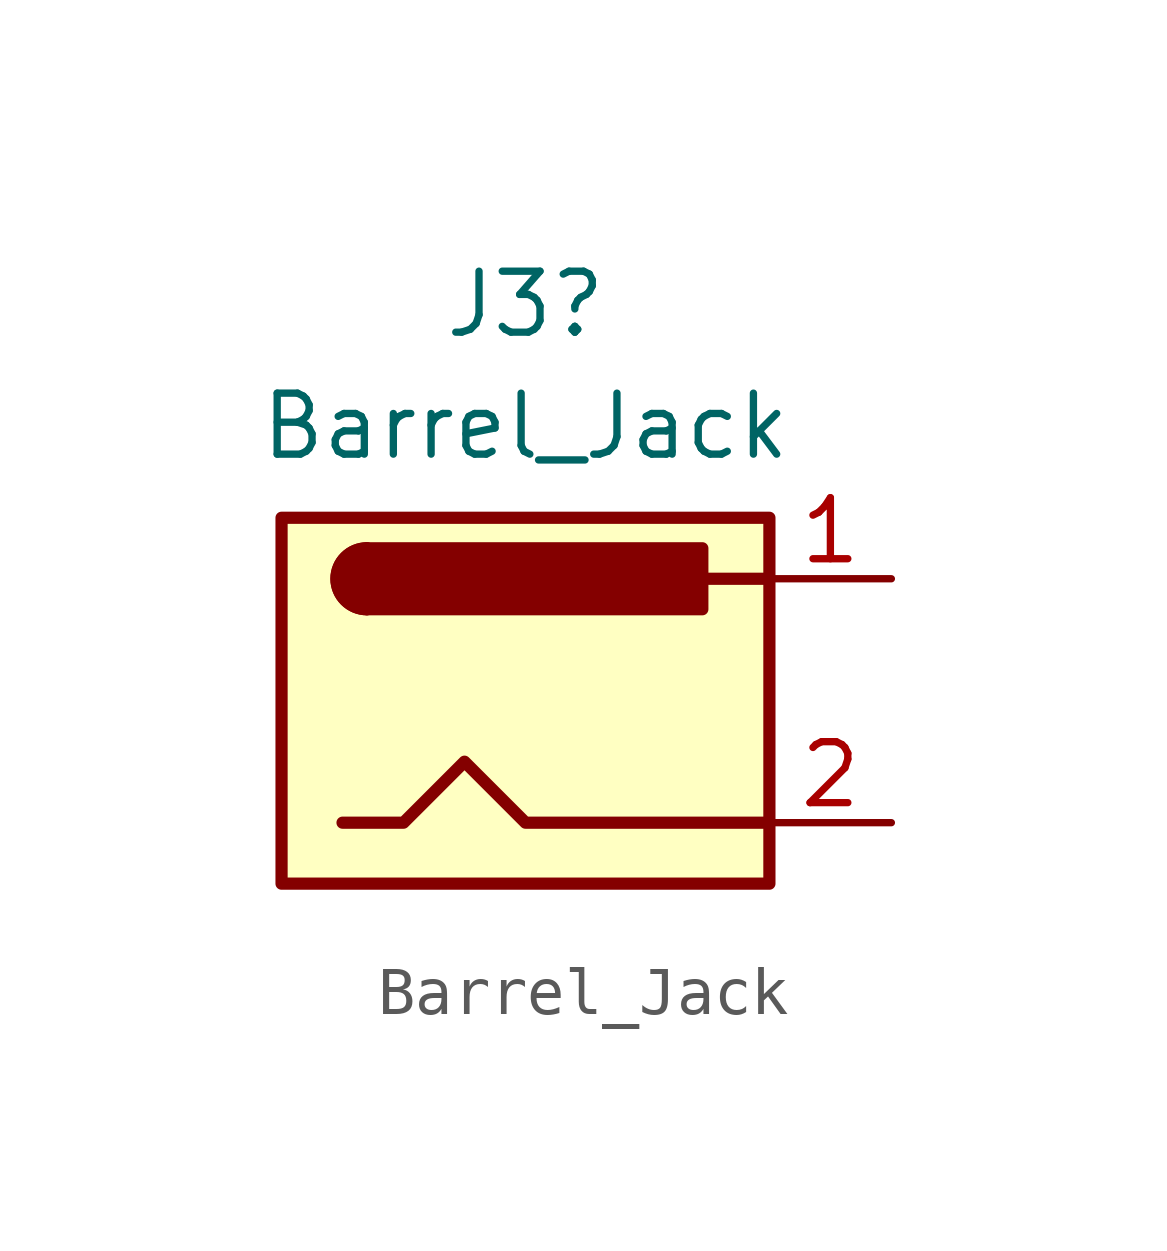
<source format=kicad_sym>
(kicad_symbol_lib
  (version 20220914)
  (generator kicad_symbol_editor)
  (symbol "Barrel_Jack"
    (pin_names
      (offset 1.016))
    (property "Reference" "J3"
      (at 0 8.255 0)
      (effects (font (size 1.27 1.27))))
    (property "Value" "Barrel_Jack"
      (at 0 5.715 0)
      (effects (font (size 1.27 1.27))))
    (symbol "Barrel_Jack_0_1"
      (rectangle (start -5.08 3.81) (end 5.08 -3.81) (stroke (width 0.254) (type default)) (fill (type background)))
      (arc (start -3.302 3.175) (mid -3.9343 2.54) (end -3.302 1.905) (stroke (width 0.254) (type default)) (fill (type none)))
      (arc (start -3.302 3.175) (mid -3.9343 2.54) (end -3.302 1.905) (stroke (width 0.254) (type default)) (fill (type outline)))
      (polyline (pts (xy 5.08 2.54) (xy 3.81 2.54)) (stroke (width 0.254) (type default)) (fill (type none)))
      (polyline (pts (xy -3.81 -2.54) (xy -2.54 -2.54) (xy -1.27 -1.27) (xy 0 -2.54) (xy 2.54 -2.54) (xy 5.08 -2.54)) (stroke (width 0.254) (type default)) (fill (type none)))
      (rectangle (start 3.683 3.175) (end -3.302 1.905) (stroke (width 0.254) (type default)) (fill (type outline))))
    (symbol "Barrel_Jack_1_1"
      (pin passive line (at 7.62 2.54 180) (length 2.54) (name "~" (effects (font (size 1.27 1.27)))) (number "1" (effects (font (size 1.27 1.27)))))
      (pin passive line (at 7.62 -2.54 180) (length 2.54) (name "~" (effects (font (size 1.27 1.27)))) (number "2" (effects (font (size 1.27 1.27))))))))
</source>
